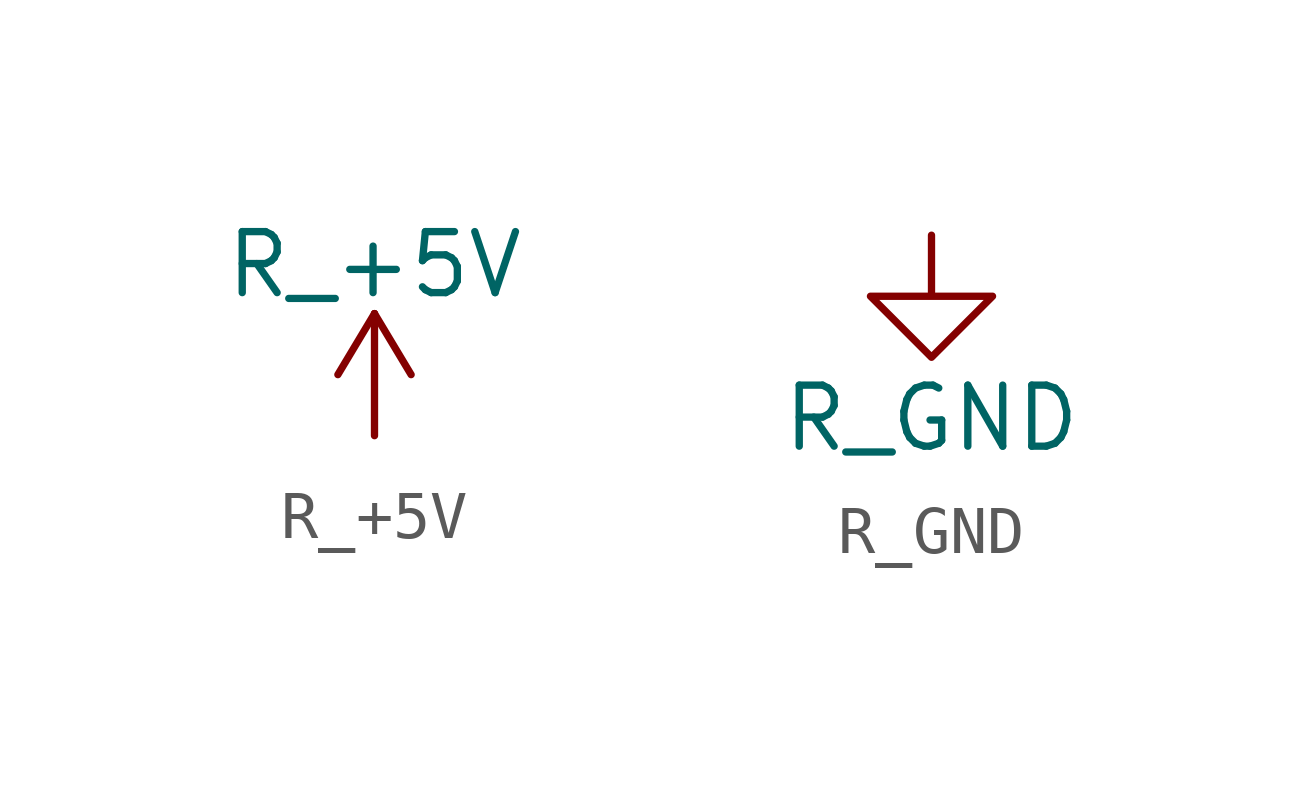
<source format=kicad_sym>
(kicad_symbol_lib
  (version 20220914)
  (generator kicad_symbol_editor)
  (symbol "R_+5V"
    (power)
    (pin_names
      (offset 0))
    (property "Reference" "#PWR"
      (at 0 -3.81 0)
      (effects (font (size 1.27 1.27)) hide))
    (property "Value" "R_+5V"
      (at 0 3.556 0)
      (effects (font (size 1.27 1.27))))
    (symbol "R_+5V_0_1"
      (polyline (pts (xy -0.762 1.27) (xy 0 2.54)) (stroke (width 0) (type default)) (fill (type none)))
      (polyline (pts (xy 0 0) (xy 0 2.54)) (stroke (width 0) (type default)) (fill (type none)))
      (polyline (pts (xy 0 2.54) (xy 0.762 1.27)) (stroke (width 0) (type default)) (fill (type none))))
    (symbol "R_+5V_1_1"
      (pin power_in line (at 0 0 90) (length 0) hide (name "R_+5V" (effects (font (size 1.27 1.27)))) (number "1" (effects (font (size 1.27 1.27)))))))
  (symbol "R_GND"
    (power)
    (pin_names
      (offset 0))
    (property "Reference" "#PWR"
      (at 0 -6.35 0)
      (effects (font (size 1.27 1.27)) hide))
    (property "Value" "R_GND"
      (at 0 -3.81 0)
      (effects (font (size 1.27 1.27))))
    (symbol "R_GND_0_1"
      (polyline (pts (xy 0 0) (xy 0 -1.27) (xy 1.27 -1.27) (xy 0 -2.54) (xy -1.27 -1.27) (xy 0 -1.27)) (stroke (width 0) (type default)) (fill (type none))))
    (symbol "R_GND_1_1"
      (pin power_in line (at 0 0 270) (length 0) hide (name "R_GND" (effects (font (size 1.27 1.27)))) (number "1" (effects (font (size 1.27 1.27))))))))
</source>
